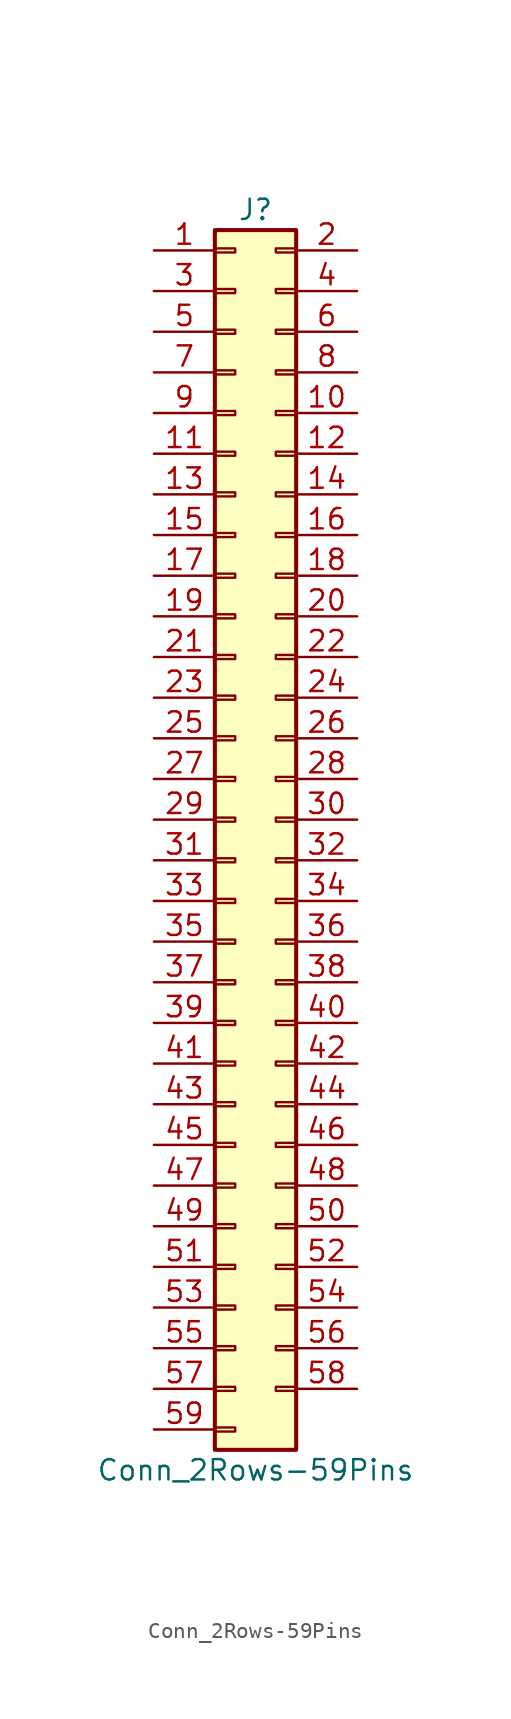
<source format=kicad_sym>
(kicad_symbol_lib
  (version 20220914)
  (generator kicad_symbol_editor)
  (symbol "Conn_2Rows-59Pins"
    (pin_names
      (offset 1.016) hide)
    (property "Reference" "J"
      (at 1.27 38.1 0)
      (effects (font (size 1.27 1.27))))
    (property "Value" "Conn_2Rows-59Pins"
      (at 1.27 -40.64 0)
      (effects (font (size 1.27 1.27))))
    (symbol "Conn_2Rows-59Pins_1_1"
      (rectangle (start -1.27 -37.973) (end 0 -38.227) (stroke (width 0.152) (type solid)) (fill (type none)))
      (rectangle (start -1.27 -35.433) (end 0 -35.687) (stroke (width 0.152) (type solid)) (fill (type none)))
      (rectangle (start -1.27 -32.893) (end 0 -33.147) (stroke (width 0.152) (type solid)) (fill (type none)))
      (rectangle (start -1.27 -30.353) (end 0 -30.607) (stroke (width 0.152) (type solid)) (fill (type none)))
      (rectangle (start -1.27 -27.813) (end 0 -28.067) (stroke (width 0.152) (type solid)) (fill (type none)))
      (rectangle (start -1.27 -25.273) (end 0 -25.527) (stroke (width 0.152) (type solid)) (fill (type none)))
      (rectangle (start -1.27 -22.733) (end 0 -22.987) (stroke (width 0.152) (type solid)) (fill (type none)))
      (rectangle (start -1.27 -20.193) (end 0 -20.447) (stroke (width 0.152) (type solid)) (fill (type none)))
      (rectangle (start -1.27 -17.653) (end 0 -17.907) (stroke (width 0.152) (type solid)) (fill (type none)))
      (rectangle (start -1.27 -15.113) (end 0 -15.367) (stroke (width 0.152) (type solid)) (fill (type none)))
      (rectangle (start -1.27 -12.573) (end 0 -12.827) (stroke (width 0.152) (type solid)) (fill (type none)))
      (rectangle (start -1.27 -10.033) (end 0 -10.287) (stroke (width 0.152) (type solid)) (fill (type none)))
      (rectangle (start -1.27 -7.493) (end 0 -7.747) (stroke (width 0.152) (type solid)) (fill (type none)))
      (rectangle (start -1.27 -4.953) (end 0 -5.207) (stroke (width 0.152) (type solid)) (fill (type none)))
      (rectangle (start -1.27 -2.413) (end 0 -2.667) (stroke (width 0.152) (type solid)) (fill (type none)))
      (rectangle (start -1.27 0.127) (end 0 -0.127) (stroke (width 0.152) (type solid)) (fill (type none)))
      (rectangle (start -1.27 2.667) (end 0 2.413) (stroke (width 0.152) (type solid)) (fill (type none)))
      (rectangle (start -1.27 5.207) (end 0 4.953) (stroke (width 0.152) (type solid)) (fill (type none)))
      (rectangle (start -1.27 7.747) (end 0 7.493) (stroke (width 0.152) (type solid)) (fill (type none)))
      (rectangle (start -1.27 10.287) (end 0 10.033) (stroke (width 0.152) (type solid)) (fill (type none)))
      (rectangle (start -1.27 12.827) (end 0 12.573) (stroke (width 0.152) (type solid)) (fill (type none)))
      (rectangle (start -1.27 15.367) (end 0 15.113) (stroke (width 0.152) (type solid)) (fill (type none)))
      (rectangle (start -1.27 17.907) (end 0 17.653) (stroke (width 0.152) (type solid)) (fill (type none)))
      (rectangle (start -1.27 20.447) (end 0 20.193) (stroke (width 0.152) (type solid)) (fill (type none)))
      (rectangle (start -1.27 22.987) (end 0 22.733) (stroke (width 0.152) (type solid)) (fill (type none)))
      (rectangle (start -1.27 25.527) (end 0 25.273) (stroke (width 0.152) (type solid)) (fill (type none)))
      (rectangle (start -1.27 28.067) (end 0 27.813) (stroke (width 0.152) (type solid)) (fill (type none)))
      (rectangle (start -1.27 30.607) (end 0 30.353) (stroke (width 0.152) (type solid)) (fill (type none)))
      (rectangle (start -1.27 33.147) (end 0 32.893) (stroke (width 0.152) (type solid)) (fill (type none)))
      (rectangle (start -1.27 35.687) (end 0 35.433) (stroke (width 0.152) (type solid)) (fill (type none)))
      (rectangle (start -1.27 36.83) (end 3.81 -39.37) (stroke (width 0.254) (type solid)) (fill (type background)))
      (rectangle (start 3.81 -35.433) (end 2.54 -35.687) (stroke (width 0.152) (type solid)) (fill (type none)))
      (rectangle (start 3.81 -32.893) (end 2.54 -33.147) (stroke (width 0.152) (type solid)) (fill (type none)))
      (rectangle (start 3.81 -30.353) (end 2.54 -30.607) (stroke (width 0.152) (type solid)) (fill (type none)))
      (rectangle (start 3.81 -27.813) (end 2.54 -28.067) (stroke (width 0.152) (type solid)) (fill (type none)))
      (rectangle (start 3.81 -25.273) (end 2.54 -25.527) (stroke (width 0.152) (type solid)) (fill (type none)))
      (rectangle (start 3.81 -22.733) (end 2.54 -22.987) (stroke (width 0.152) (type solid)) (fill (type none)))
      (rectangle (start 3.81 -20.193) (end 2.54 -20.447) (stroke (width 0.152) (type solid)) (fill (type none)))
      (rectangle (start 3.81 -17.653) (end 2.54 -17.907) (stroke (width 0.152) (type solid)) (fill (type none)))
      (rectangle (start 3.81 -15.113) (end 2.54 -15.367) (stroke (width 0.152) (type solid)) (fill (type none)))
      (rectangle (start 3.81 -12.573) (end 2.54 -12.827) (stroke (width 0.152) (type solid)) (fill (type none)))
      (rectangle (start 3.81 -10.033) (end 2.54 -10.287) (stroke (width 0.152) (type solid)) (fill (type none)))
      (rectangle (start 3.81 -7.493) (end 2.54 -7.747) (stroke (width 0.152) (type solid)) (fill (type none)))
      (rectangle (start 3.81 -4.953) (end 2.54 -5.207) (stroke (width 0.152) (type solid)) (fill (type none)))
      (rectangle (start 3.81 -2.413) (end 2.54 -2.667) (stroke (width 0.152) (type solid)) (fill (type none)))
      (rectangle (start 3.81 0.127) (end 2.54 -0.127) (stroke (width 0.152) (type solid)) (fill (type none)))
      (rectangle (start 3.81 2.667) (end 2.54 2.413) (stroke (width 0.152) (type solid)) (fill (type none)))
      (rectangle (start 3.81 5.207) (end 2.54 4.953) (stroke (width 0.152) (type solid)) (fill (type none)))
      (rectangle (start 3.81 7.747) (end 2.54 7.493) (stroke (width 0.152) (type solid)) (fill (type none)))
      (rectangle (start 3.81 10.287) (end 2.54 10.033) (stroke (width 0.152) (type solid)) (fill (type none)))
      (rectangle (start 3.81 12.827) (end 2.54 12.573) (stroke (width 0.152) (type solid)) (fill (type none)))
      (rectangle (start 3.81 15.367) (end 2.54 15.113) (stroke (width 0.152) (type solid)) (fill (type none)))
      (rectangle (start 3.81 17.907) (end 2.54 17.653) (stroke (width 0.152) (type solid)) (fill (type none)))
      (rectangle (start 3.81 20.447) (end 2.54 20.193) (stroke (width 0.152) (type solid)) (fill (type none)))
      (rectangle (start 3.81 22.987) (end 2.54 22.733) (stroke (width 0.152) (type solid)) (fill (type none)))
      (rectangle (start 3.81 25.527) (end 2.54 25.273) (stroke (width 0.152) (type solid)) (fill (type none)))
      (rectangle (start 3.81 28.067) (end 2.54 27.813) (stroke (width 0.152) (type solid)) (fill (type none)))
      (rectangle (start 3.81 30.607) (end 2.54 30.353) (stroke (width 0.152) (type solid)) (fill (type none)))
      (rectangle (start 3.81 33.147) (end 2.54 32.893) (stroke (width 0.152) (type solid)) (fill (type none)))
      (rectangle (start 3.81 35.687) (end 2.54 35.433) (stroke (width 0.152) (type solid)) (fill (type none)))
      (pin passive line (at -5.08 35.56 0) (length 3.81) (name "Pin_1" (effects (font (size 1.27 1.27)))) (number "1" (effects (font (size 1.27 1.27)))))
      (pin passive line (at 7.62 25.4 180) (length 3.81) (name "Pin_10" (effects (font (size 1.27 1.27)))) (number "10" (effects (font (size 1.27 1.27)))))
      (pin passive line (at -5.08 22.86 0) (length 3.81) (name "Pin_11" (effects (font (size 1.27 1.27)))) (number "11" (effects (font (size 1.27 1.27)))))
      (pin passive line (at 7.62 22.86 180) (length 3.81) (name "Pin_12" (effects (font (size 1.27 1.27)))) (number "12" (effects (font (size 1.27 1.27)))))
      (pin passive line (at -5.08 20.32 0) (length 3.81) (name "Pin_13" (effects (font (size 1.27 1.27)))) (number "13" (effects (font (size 1.27 1.27)))))
      (pin passive line (at 7.62 20.32 180) (length 3.81) (name "Pin_14" (effects (font (size 1.27 1.27)))) (number "14" (effects (font (size 1.27 1.27)))))
      (pin passive line (at -5.08 17.78 0) (length 3.81) (name "Pin_15" (effects (font (size 1.27 1.27)))) (number "15" (effects (font (size 1.27 1.27)))))
      (pin passive line (at 7.62 17.78 180) (length 3.81) (name "Pin_16" (effects (font (size 1.27 1.27)))) (number "16" (effects (font (size 1.27 1.27)))))
      (pin passive line (at -5.08 15.24 0) (length 3.81) (name "Pin_17" (effects (font (size 1.27 1.27)))) (number "17" (effects (font (size 1.27 1.27)))))
      (pin passive line (at 7.62 15.24 180) (length 3.81) (name "Pin_18" (effects (font (size 1.27 1.27)))) (number "18" (effects (font (size 1.27 1.27)))))
      (pin passive line (at -5.08 12.7 0) (length 3.81) (name "Pin_19" (effects (font (size 1.27 1.27)))) (number "19" (effects (font (size 1.27 1.27)))))
      (pin passive line (at 7.62 35.56 180) (length 3.81) (name "Pin_2" (effects (font (size 1.27 1.27)))) (number "2" (effects (font (size 1.27 1.27)))))
      (pin passive line (at 7.62 12.7 180) (length 3.81) (name "Pin_20" (effects (font (size 1.27 1.27)))) (number "20" (effects (font (size 1.27 1.27)))))
      (pin passive line (at -5.08 10.16 0) (length 3.81) (name "Pin_21" (effects (font (size 1.27 1.27)))) (number "21" (effects (font (size 1.27 1.27)))))
      (pin passive line (at 7.62 10.16 180) (length 3.81) (name "Pin_22" (effects (font (size 1.27 1.27)))) (number "22" (effects (font (size 1.27 1.27)))))
      (pin passive line (at -5.08 7.62 0) (length 3.81) (name "Pin_23" (effects (font (size 1.27 1.27)))) (number "23" (effects (font (size 1.27 1.27)))))
      (pin passive line (at 7.62 7.62 180) (length 3.81) (name "Pin_24" (effects (font (size 1.27 1.27)))) (number "24" (effects (font (size 1.27 1.27)))))
      (pin passive line (at -5.08 5.08 0) (length 3.81) (name "Pin_25" (effects (font (size 1.27 1.27)))) (number "25" (effects (font (size 1.27 1.27)))))
      (pin passive line (at 7.62 5.08 180) (length 3.81) (name "Pin_26" (effects (font (size 1.27 1.27)))) (number "26" (effects (font (size 1.27 1.27)))))
      (pin passive line (at -5.08 2.54 0) (length 3.81) (name "Pin_27" (effects (font (size 1.27 1.27)))) (number "27" (effects (font (size 1.27 1.27)))))
      (pin passive line (at 7.62 2.54 180) (length 3.81) (name "Pin_28" (effects (font (size 1.27 1.27)))) (number "28" (effects (font (size 1.27 1.27)))))
      (pin passive line (at -5.08 0 0) (length 3.81) (name "Pin_29" (effects (font (size 1.27 1.27)))) (number "29" (effects (font (size 1.27 1.27)))))
      (pin passive line (at -5.08 33.02 0) (length 3.81) (name "Pin_3" (effects (font (size 1.27 1.27)))) (number "3" (effects (font (size 1.27 1.27)))))
      (pin passive line (at 7.62 0 180) (length 3.81) (name "Pin_30" (effects (font (size 1.27 1.27)))) (number "30" (effects (font (size 1.27 1.27)))))
      (pin passive line (at -5.08 -2.54 0) (length 3.81) (name "Pin_31" (effects (font (size 1.27 1.27)))) (number "31" (effects (font (size 1.27 1.27)))))
      (pin passive line (at 7.62 -2.54 180) (length 3.81) (name "Pin_32" (effects (font (size 1.27 1.27)))) (number "32" (effects (font (size 1.27 1.27)))))
      (pin passive line (at -5.08 -5.08 0) (length 3.81) (name "Pin_33" (effects (font (size 1.27 1.27)))) (number "33" (effects (font (size 1.27 1.27)))))
      (pin passive line (at 7.62 -5.08 180) (length 3.81) (name "Pin_34" (effects (font (size 1.27 1.27)))) (number "34" (effects (font (size 1.27 1.27)))))
      (pin passive line (at -5.08 -7.62 0) (length 3.81) (name "Pin_35" (effects (font (size 1.27 1.27)))) (number "35" (effects (font (size 1.27 1.27)))))
      (pin passive line (at 7.62 -7.62 180) (length 3.81) (name "Pin_36" (effects (font (size 1.27 1.27)))) (number "36" (effects (font (size 1.27 1.27)))))
      (pin passive line (at -5.08 -10.16 0) (length 3.81) (name "Pin_37" (effects (font (size 1.27 1.27)))) (number "37" (effects (font (size 1.27 1.27)))))
      (pin passive line (at 7.62 -10.16 180) (length 3.81) (name "Pin_38" (effects (font (size 1.27 1.27)))) (number "38" (effects (font (size 1.27 1.27)))))
      (pin passive line (at -5.08 -12.7 0) (length 3.81) (name "Pin_39" (effects (font (size 1.27 1.27)))) (number "39" (effects (font (size 1.27 1.27)))))
      (pin passive line (at 7.62 33.02 180) (length 3.81) (name "Pin_4" (effects (font (size 1.27 1.27)))) (number "4" (effects (font (size 1.27 1.27)))))
      (pin passive line (at 7.62 -12.7 180) (length 3.81) (name "Pin_40" (effects (font (size 1.27 1.27)))) (number "40" (effects (font (size 1.27 1.27)))))
      (pin passive line (at -5.08 -15.24 0) (length 3.81) (name "Pin_41" (effects (font (size 1.27 1.27)))) (number "41" (effects (font (size 1.27 1.27)))))
      (pin passive line (at 7.62 -15.24 180) (length 3.81) (name "Pin_42" (effects (font (size 1.27 1.27)))) (number "42" (effects (font (size 1.27 1.27)))))
      (pin passive line (at -5.08 -17.78 0) (length 3.81) (name "Pin_43" (effects (font (size 1.27 1.27)))) (number "43" (effects (font (size 1.27 1.27)))))
      (pin passive line (at 7.62 -17.78 180) (length 3.81) (name "Pin_44" (effects (font (size 1.27 1.27)))) (number "44" (effects (font (size 1.27 1.27)))))
      (pin passive line (at -5.08 -20.32 0) (length 3.81) (name "Pin_45" (effects (font (size 1.27 1.27)))) (number "45" (effects (font (size 1.27 1.27)))))
      (pin passive line (at 7.62 -20.32 180) (length 3.81) (name "Pin_46" (effects (font (size 1.27 1.27)))) (number "46" (effects (font (size 1.27 1.27)))))
      (pin passive line (at -5.08 -22.86 0) (length 3.81) (name "Pin_47" (effects (font (size 1.27 1.27)))) (number "47" (effects (font (size 1.27 1.27)))))
      (pin passive line (at 7.62 -22.86 180) (length 3.81) (name "Pin_48" (effects (font (size 1.27 1.27)))) (number "48" (effects (font (size 1.27 1.27)))))
      (pin passive line (at -5.08 -25.4 0) (length 3.81) (name "Pin_49" (effects (font (size 1.27 1.27)))) (number "49" (effects (font (size 1.27 1.27)))))
      (pin passive line (at -5.08 30.48 0) (length 3.81) (name "Pin_5" (effects (font (size 1.27 1.27)))) (number "5" (effects (font (size 1.27 1.27)))))
      (pin passive line (at 7.62 -25.4 180) (length 3.81) (name "Pin_50" (effects (font (size 1.27 1.27)))) (number "50" (effects (font (size 1.27 1.27)))))
      (pin passive line (at -5.08 -27.94 0) (length 3.81) (name "Pin_51" (effects (font (size 1.27 1.27)))) (number "51" (effects (font (size 1.27 1.27)))))
      (pin passive line (at 7.62 -27.94 180) (length 3.81) (name "Pin_52" (effects (font (size 1.27 1.27)))) (number "52" (effects (font (size 1.27 1.27)))))
      (pin passive line (at -5.08 -30.48 0) (length 3.81) (name "Pin_53" (effects (font (size 1.27 1.27)))) (number "53" (effects (font (size 1.27 1.27)))))
      (pin passive line (at 7.62 -30.48 180) (length 3.81) (name "Pin_54" (effects (font (size 1.27 1.27)))) (number "54" (effects (font (size 1.27 1.27)))))
      (pin passive line (at -5.08 -33.02 0) (length 3.81) (name "Pin_55" (effects (font (size 1.27 1.27)))) (number "55" (effects (font (size 1.27 1.27)))))
      (pin passive line (at 7.62 -33.02 180) (length 3.81) (name "Pin_56" (effects (font (size 1.27 1.27)))) (number "56" (effects (font (size 1.27 1.27)))))
      (pin passive line (at -5.08 -35.56 0) (length 3.81) (name "Pin_57" (effects (font (size 1.27 1.27)))) (number "57" (effects (font (size 1.27 1.27)))))
      (pin passive line (at 7.62 -35.56 180) (length 3.81) (name "Pin_58" (effects (font (size 1.27 1.27)))) (number "58" (effects (font (size 1.27 1.27)))))
      (pin passive line (at -5.08 -38.1 0) (length 3.81) (name "Pin_59" (effects (font (size 1.27 1.27)))) (number "59" (effects (font (size 1.27 1.27)))))
      (pin passive line (at 7.62 30.48 180) (length 3.81) (name "Pin_6" (effects (font (size 1.27 1.27)))) (number "6" (effects (font (size 1.27 1.27)))))
      (pin passive line (at -5.08 27.94 0) (length 3.81) (name "Pin_7" (effects (font (size 1.27 1.27)))) (number "7" (effects (font (size 1.27 1.27)))))
      (pin passive line (at 7.62 27.94 180) (length 3.81) (name "Pin_8" (effects (font (size 1.27 1.27)))) (number "8" (effects (font (size 1.27 1.27)))))
      (pin passive line (at -5.08 25.4 0) (length 3.81) (name "Pin_9" (effects (font (size 1.27 1.27)))) (number "9" (effects (font (size 1.27 1.27))))))))
</source>
